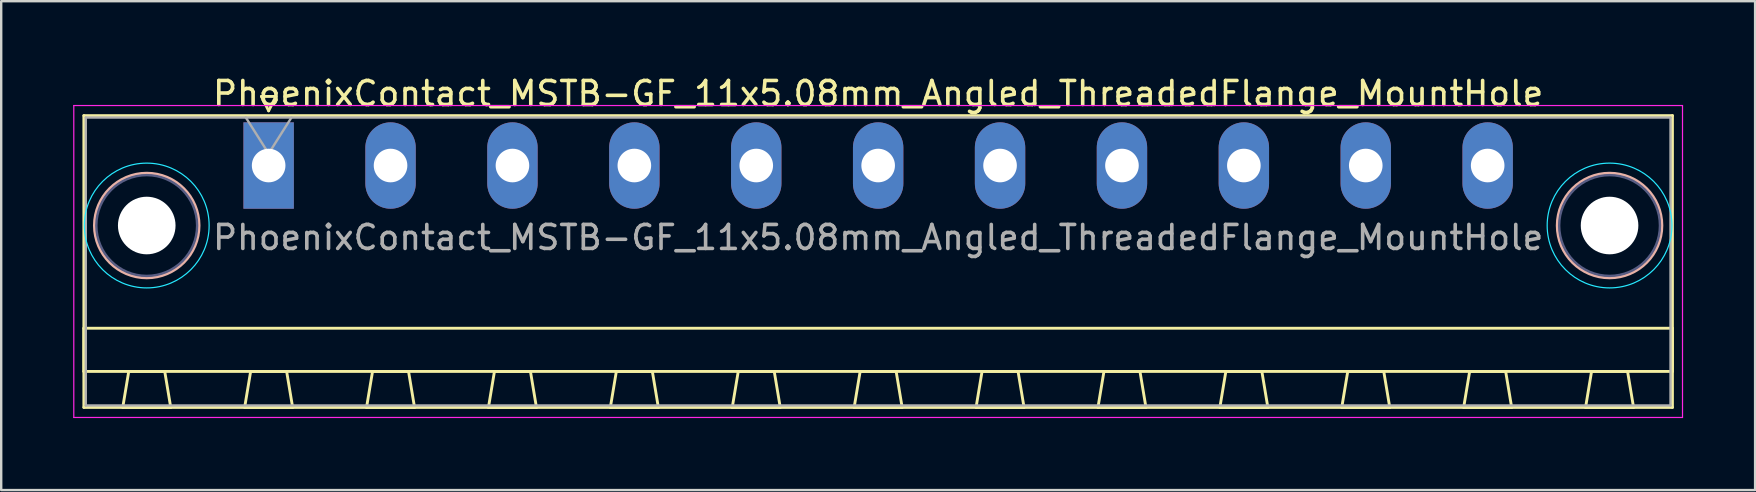
<source format=kicad_pcb>
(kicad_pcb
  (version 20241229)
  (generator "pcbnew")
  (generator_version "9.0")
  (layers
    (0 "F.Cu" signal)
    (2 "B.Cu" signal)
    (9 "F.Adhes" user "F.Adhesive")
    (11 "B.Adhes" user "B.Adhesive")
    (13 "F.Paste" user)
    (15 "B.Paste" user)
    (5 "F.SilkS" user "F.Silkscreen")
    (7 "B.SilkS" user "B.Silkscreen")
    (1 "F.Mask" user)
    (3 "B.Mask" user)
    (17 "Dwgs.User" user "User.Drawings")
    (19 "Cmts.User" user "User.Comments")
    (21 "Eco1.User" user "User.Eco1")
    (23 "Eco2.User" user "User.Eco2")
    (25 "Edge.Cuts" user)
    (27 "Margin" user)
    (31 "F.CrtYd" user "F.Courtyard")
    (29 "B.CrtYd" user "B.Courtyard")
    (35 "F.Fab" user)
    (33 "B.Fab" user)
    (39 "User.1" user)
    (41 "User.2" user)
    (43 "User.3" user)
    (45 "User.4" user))
  (footprint "PhoenixContact_MSTB-GF_11x5.08mm_Angled_ThreadedFlange_MountHole"
    (layer "F.Cu")
    (at 8.145 3.848)
    (property "Reference" "PhoenixContact_MSTB-GF_11x5.08mm_Angled_ThreadedFlange_MountHole" (at 25.4 -3 0) (layer "F.SilkS") (effects (font (size 1 1) (thickness 0.15))))
    (attr through_hole)
    (fp_line (start -7.7 -2.08) (end -7.7 10.08) (stroke (width 0.12) (type solid)) (layer "F.SilkS"))
    (fp_line (start -7.7 6.78) (end 58.5 6.78) (stroke (width 0.12) (type solid)) (layer "F.SilkS"))
    (fp_line (start -7.7 8.58) (end -7.7 6.78) (stroke (width 0.12) (type solid)) (layer "F.SilkS"))
    (fp_line (start -7.7 10.08) (end 58.5 10.08) (stroke (width 0.12) (type solid)) (layer "F.SilkS"))
    (fp_line (start -6.08 10.08) (end -4.08 10.08) (stroke (width 0.12) (type solid)) (layer "F.SilkS"))
    (fp_line (start -5.83 8.58) (end -6.08 10.08) (stroke (width 0.12) (type solid)) (layer "F.SilkS"))
    (fp_line (start -4.33 8.58) (end -5.83 8.58) (stroke (width 0.12) (type solid)) (layer "F.SilkS"))
    (fp_line (start -4.08 10.08) (end -4.33 8.58) (stroke (width 0.12) (type solid)) (layer "F.SilkS"))
    (fp_line (start -1 10.08) (end 1 10.08) (stroke (width 0.12) (type solid)) (layer "F.SilkS"))
    (fp_line (start -0.75 8.58) (end -1 10.08) (stroke (width 0.12) (type solid)) (layer "F.SilkS"))
    (fp_line (start -0.3 -2.88) (end 0.3 -2.88) (stroke (width 0.12) (type solid)) (layer "F.SilkS"))
    (fp_line (start 0 -2.28) (end -0.3 -2.88) (stroke (width 0.12) (type solid)) (layer "F.SilkS"))
    (fp_line (start 0.3 -2.88) (end 0 -2.28) (stroke (width 0.12) (type solid)) (layer "F.SilkS"))
    (fp_line (start 0.75 8.58) (end -0.75 8.58) (stroke (width 0.12) (type solid)) (layer "F.SilkS"))
    (fp_line (start 1 10.08) (end 0.75 8.58) (stroke (width 0.12) (type solid)) (layer "F.SilkS"))
    (fp_line (start 4.08 10.08) (end 6.08 10.08) (stroke (width 0.12) (type solid)) (layer "F.SilkS"))
    (fp_line (start 4.33 8.58) (end 4.08 10.08) (stroke (width 0.12) (type solid)) (layer "F.SilkS"))
    (fp_line (start 5.83 8.58) (end 4.33 8.58) (stroke (width 0.12) (type solid)) (layer "F.SilkS"))
    (fp_line (start 6.08 10.08) (end 5.83 8.58) (stroke (width 0.12) (type solid)) (layer "F.SilkS"))
    (fp_line (start 9.16 10.08) (end 11.16 10.08) (stroke (width 0.12) (type solid)) (layer "F.SilkS"))
    (fp_line (start 9.41 8.58) (end 9.16 10.08) (stroke (width 0.12) (type solid)) (layer "F.SilkS"))
    (fp_line (start 10.91 8.58) (end 9.41 8.58) (stroke (width 0.12) (type solid)) (layer "F.SilkS"))
    (fp_line (start 11.16 10.08) (end 10.91 8.58) (stroke (width 0.12) (type solid)) (layer "F.SilkS"))
    (fp_line (start 14.24 10.08) (end 16.24 10.08) (stroke (width 0.12) (type solid)) (layer "F.SilkS"))
    (fp_line (start 14.49 8.58) (end 14.24 10.08) (stroke (width 0.12) (type solid)) (layer "F.SilkS"))
    (fp_line (start 15.99 8.58) (end 14.49 8.58) (stroke (width 0.12) (type solid)) (layer "F.SilkS"))
    (fp_line (start 16.24 10.08) (end 15.99 8.58) (stroke (width 0.12) (type solid)) (layer "F.SilkS"))
    (fp_line (start 19.32 10.08) (end 21.32 10.08) (stroke (width 0.12) (type solid)) (layer "F.SilkS"))
    (fp_line (start 19.57 8.58) (end 19.32 10.08) (stroke (width 0.12) (type solid)) (layer "F.SilkS"))
    (fp_line (start 21.07 8.58) (end 19.57 8.58) (stroke (width 0.12) (type solid)) (layer "F.SilkS"))
    (fp_line (start 21.32 10.08) (end 21.07 8.58) (stroke (width 0.12) (type solid)) (layer "F.SilkS"))
    (fp_line (start 24.4 10.08) (end 26.4 10.08) (stroke (width 0.12) (type solid)) (layer "F.SilkS"))
    (fp_line (start 24.65 8.58) (end 24.4 10.08) (stroke (width 0.12) (type solid)) (layer "F.SilkS"))
    (fp_line (start 26.15 8.58) (end 24.65 8.58) (stroke (width 0.12) (type solid)) (layer "F.SilkS"))
    (fp_line (start 26.4 10.08) (end 26.15 8.58) (stroke (width 0.12) (type solid)) (layer "F.SilkS"))
    (fp_line (start 29.48 10.08) (end 31.48 10.08) (stroke (width 0.12) (type solid)) (layer "F.SilkS"))
    (fp_line (start 29.73 8.58) (end 29.48 10.08) (stroke (width 0.12) (type solid)) (layer "F.SilkS"))
    (fp_line (start 31.23 8.58) (end 29.73 8.58) (stroke (width 0.12) (type solid)) (layer "F.SilkS"))
    (fp_line (start 31.48 10.08) (end 31.23 8.58) (stroke (width 0.12) (type solid)) (layer "F.SilkS"))
    (fp_line (start 34.56 10.08) (end 36.56 10.08) (stroke (width 0.12) (type solid)) (layer "F.SilkS"))
    (fp_line (start 34.81 8.58) (end 34.56 10.08) (stroke (width 0.12) (type solid)) (layer "F.SilkS"))
    (fp_line (start 36.31 8.58) (end 34.81 8.58) (stroke (width 0.12) (type solid)) (layer "F.SilkS"))
    (fp_line (start 36.56 10.08) (end 36.31 8.58) (stroke (width 0.12) (type solid)) (layer "F.SilkS"))
    (fp_line (start 39.64 10.08) (end 41.64 10.08) (stroke (width 0.12) (type solid)) (layer "F.SilkS"))
    (fp_line (start 39.89 8.58) (end 39.64 10.08) (stroke (width 0.12) (type solid)) (layer "F.SilkS"))
    (fp_line (start 41.39 8.58) (end 39.89 8.58) (stroke (width 0.12) (type solid)) (layer "F.SilkS"))
    (fp_line (start 41.64 10.08) (end 41.39 8.58) (stroke (width 0.12) (type solid)) (layer "F.SilkS"))
    (fp_line (start 44.72 10.08) (end 46.72 10.08) (stroke (width 0.12) (type solid)) (layer "F.SilkS"))
    (fp_line (start 44.97 8.58) (end 44.72 10.08) (stroke (width 0.12) (type solid)) (layer "F.SilkS"))
    (fp_line (start 46.47 8.58) (end 44.97 8.58) (stroke (width 0.12) (type solid)) (layer "F.SilkS"))
    (fp_line (start 46.72 10.08) (end 46.47 8.58) (stroke (width 0.12) (type solid)) (layer "F.SilkS"))
    (fp_line (start 49.8 10.08) (end 51.8 10.08) (stroke (width 0.12) (type solid)) (layer "F.SilkS"))
    (fp_line (start 50.05 8.58) (end 49.8 10.08) (stroke (width 0.12) (type solid)) (layer "F.SilkS"))
    (fp_line (start 51.55 8.58) (end 50.05 8.58) (stroke (width 0.12) (type solid)) (layer "F.SilkS"))
    (fp_line (start 51.8 10.08) (end 51.55 8.58) (stroke (width 0.12) (type solid)) (layer "F.SilkS"))
    (fp_line (start 54.88 10.08) (end 56.88 10.08) (stroke (width 0.12) (type solid)) (layer "F.SilkS"))
    (fp_line (start 55.13 8.58) (end 54.88 10.08) (stroke (width 0.12) (type solid)) (layer "F.SilkS"))
    (fp_line (start 56.63 8.58) (end 55.13 8.58) (stroke (width 0.12) (type solid)) (layer "F.SilkS"))
    (fp_line (start 56.88 10.08) (end 56.63 8.58) (stroke (width 0.12) (type solid)) (layer "F.SilkS"))
    (fp_line (start 58.5 -2.08) (end -7.7 -2.08) (stroke (width 0.12) (type solid)) (layer "F.SilkS"))
    (fp_line (start 58.5 6.78) (end 58.5 8.58) (stroke (width 0.12) (type solid)) (layer "F.SilkS"))
    (fp_line (start 58.5 8.58) (end -7.7 8.58) (stroke (width 0.12) (type solid)) (layer "F.SilkS"))
    (fp_line (start 58.5 10.08) (end 58.5 -2.08) (stroke (width 0.12) (type solid)) (layer "F.SilkS"))
    (fp_circle (center -5.08 2.5) (end -2.9 2.5) (stroke (width 0.12) (type solid)) (fill no) (layer "B.SilkS"))
    (fp_circle (center 55.88 2.5) (end 58.06 2.5) (stroke (width 0.12) (type solid)) (fill no) (layer "B.SilkS"))
    (fp_circle (center -5.08 2.5) (end -2.48 2.5) (stroke (width 0.05) (type solid)) (fill no) (layer "B.CrtYd"))
    (fp_circle (center 55.88 2.5) (end 58.48 2.5) (stroke (width 0.05) (type solid)) (fill no) (layer "B.CrtYd"))
    (fp_line (start -8.12 -2.5) (end -8.12 10.5) (stroke (width 0.05) (type solid)) (layer "F.CrtYd"))
    (fp_line (start -8.12 10.5) (end 58.92 10.5) (stroke (width 0.05) (type solid)) (layer "F.CrtYd"))
    (fp_line (start 58.92 -2.5) (end -8.12 -2.5) (stroke (width 0.05) (type solid)) (layer "F.CrtYd"))
    (fp_line (start 58.92 10.5) (end 58.92 -2.5) (stroke (width 0.05) (type solid)) (layer "F.CrtYd"))
    (fp_circle (center -5.08 2.5) (end -2.98 2.5) (stroke (width 0.1) (type solid)) (fill no) (layer "B.Fab"))
    (fp_circle (center 55.88 2.5) (end 57.98 2.5) (stroke (width 0.1) (type solid)) (fill no) (layer "B.Fab"))
    (fp_line (start -7.62 -2) (end -7.62 10) (stroke (width 0.1) (type solid)) (layer "F.Fab"))
    (fp_line (start -7.62 10) (end 58.42 10) (stroke (width 0.1) (type solid)) (layer "F.Fab"))
    (fp_line (start 0 -0.5) (end -0.95 -2) (stroke (width 0.1) (type solid)) (layer "F.Fab"))
    (fp_line (start 0.95 -2) (end 0 -0.5) (stroke (width 0.1) (type solid)) (layer "F.Fab"))
    (fp_line (start 58.42 -2) (end -7.62 -2) (stroke (width 0.1) (type solid)) (layer "F.Fab"))
    (fp_line (start 58.42 10) (end 58.42 -2) (stroke (width 0.1) (type solid)) (layer "F.Fab"))
    (fp_text user "${REFERENCE}" (at 25.4 3 0) (layer "F.Fab") (effects (font (size 1 1) (thickness 0.15))))
    (pad "" np_thru_hole circle (at -5.08 2.5) (size 2.4 2.4) (drill 2.4) (layers "*.Cu" "*.Mask"))
    (pad "" np_thru_hole circle (at 55.88 2.5) (size 2.4 2.4) (drill 2.4) (layers "*.Cu" "*.Mask"))
    (pad "1" thru_hole rect (at 0 0) (size 2.1 3.6) (drill 1.4) (layers "*.Cu" "*.Mask"))
    (pad "2" thru_hole oval (at 5.08 0) (size 2.1 3.6) (drill 1.4) (layers "*.Cu" "*.Mask"))
    (pad "3" thru_hole oval (at 10.16 0) (size 2.1 3.6) (drill 1.4) (layers "*.Cu" "*.Mask"))
    (pad "4" thru_hole oval (at 15.24 0) (size 2.1 3.6) (drill 1.4) (layers "*.Cu" "*.Mask"))
    (pad "5" thru_hole oval (at 20.32 0) (size 2.1 3.6) (drill 1.4) (layers "*.Cu" "*.Mask"))
    (pad "6" thru_hole oval (at 25.4 0) (size 2.1 3.6) (drill 1.4) (layers "*.Cu" "*.Mask"))
    (pad "7" thru_hole oval (at 30.48 0) (size 2.1 3.6) (drill 1.4) (layers "*.Cu" "*.Mask"))
    (pad "8" thru_hole oval (at 35.56 0) (size 2.1 3.6) (drill 1.4) (layers "*.Cu" "*.Mask"))
    (pad "9" thru_hole oval (at 40.64 0) (size 2.1 3.6) (drill 1.4) (layers "*.Cu" "*.Mask"))
    (pad "10" thru_hole oval (at 45.72 0) (size 2.1 3.6) (drill 1.4) (layers "*.Cu" "*.Mask"))
    (pad "11" thru_hole oval (at 50.8 0) (size 2.1 3.6) (drill 1.4) (layers "*.Cu" "*.Mask")))
  (gr_rect
    (start -3 -3)
    (end 70.09 17.373)
    (stroke (width 0.1) (type default))
    (fill no)
    (layer "Edge.Cuts")))
</source>
